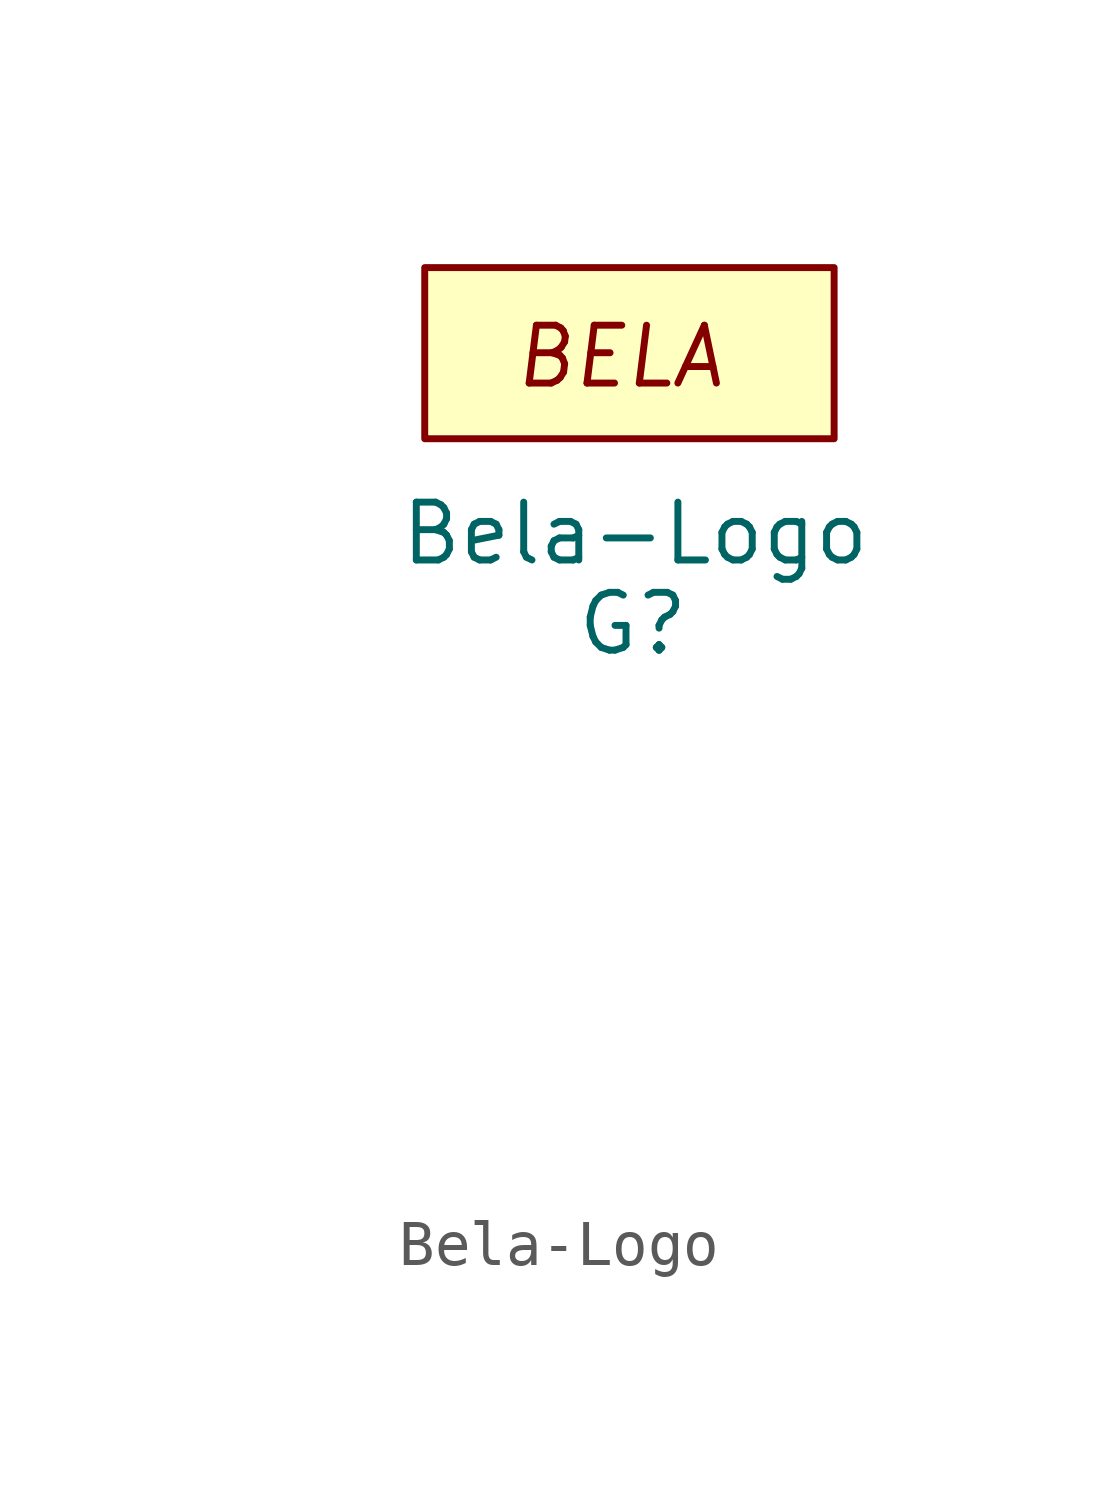
<source format=kicad_sym>
(kicad_symbol_lib
  (version 20241209)
  (generator "kicad_symbol_editor")
  (generator_version "9.0")
  (symbol "Bela-Logo"
    (pin_numbers
      (hide yes))
    (pin_names
      (offset 0)
      (hide yes))
    (property "Reference" "G"
      (at 0 0 0)
      (effects (font (size 1.27 1.27))))
    (property "Value" "Bela-Logo"
      (at 0.051 1.981 0)
      (effects (font (size 1.27 1.27))))
    (symbol "Bela-Logo_0_0"
      (text "" (at -8.28 -10.668 0) (effects (font (size 1.27 1.27))))
      (text "" (at -5.359 -2.286 0) (effects (font (size 1.27 1.27))))
      (text "BELA" (at -0.305 5.867 0) (effects (font (size 1.27 1.27) (italic yes)))))
    (symbol "Bela-Logo_0_1"
      (rectangle (start -4.572 7.823) (end 4.42 4.064) (stroke (width 0) (type default)) (fill (type background))))))
</source>
